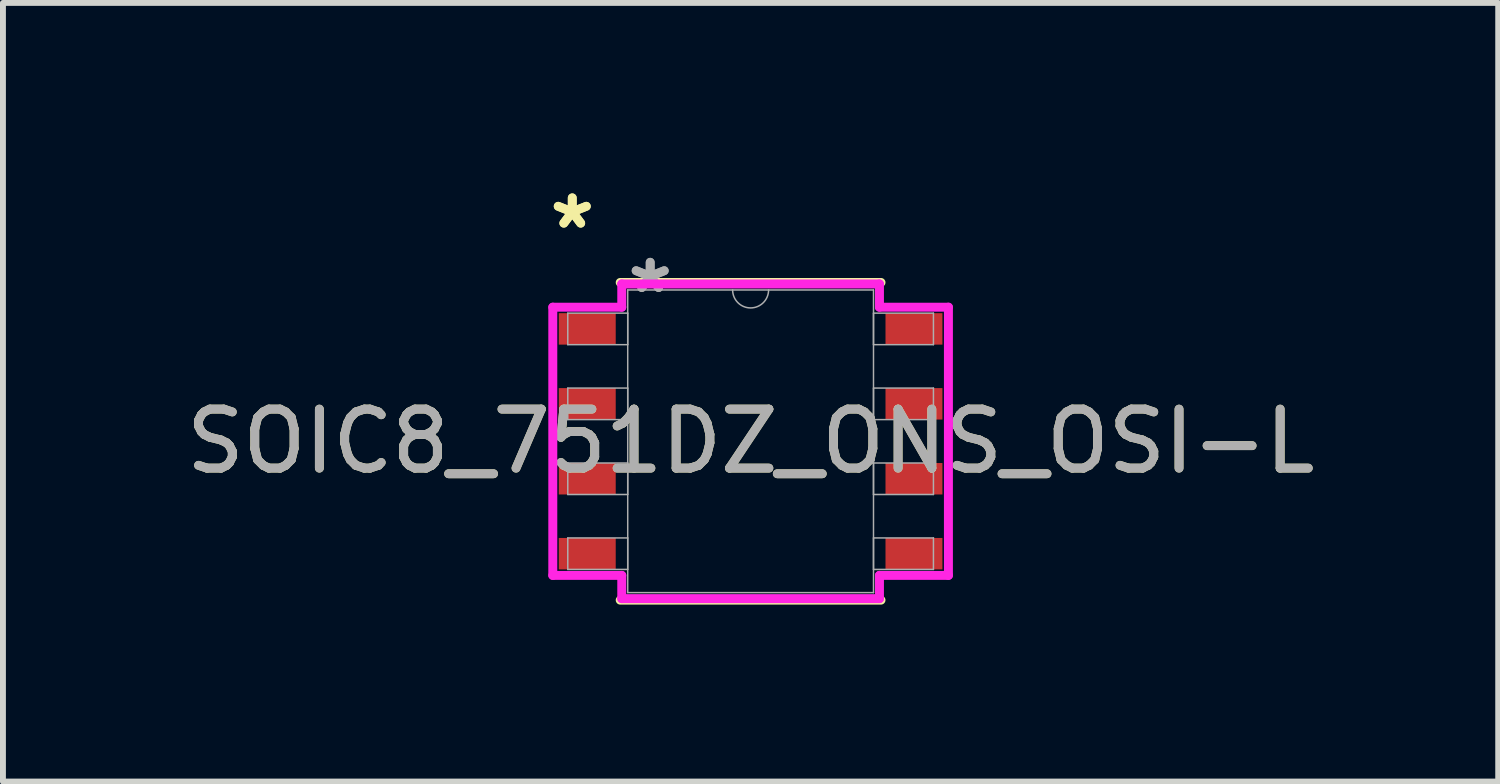
<source format=kicad_pcb>
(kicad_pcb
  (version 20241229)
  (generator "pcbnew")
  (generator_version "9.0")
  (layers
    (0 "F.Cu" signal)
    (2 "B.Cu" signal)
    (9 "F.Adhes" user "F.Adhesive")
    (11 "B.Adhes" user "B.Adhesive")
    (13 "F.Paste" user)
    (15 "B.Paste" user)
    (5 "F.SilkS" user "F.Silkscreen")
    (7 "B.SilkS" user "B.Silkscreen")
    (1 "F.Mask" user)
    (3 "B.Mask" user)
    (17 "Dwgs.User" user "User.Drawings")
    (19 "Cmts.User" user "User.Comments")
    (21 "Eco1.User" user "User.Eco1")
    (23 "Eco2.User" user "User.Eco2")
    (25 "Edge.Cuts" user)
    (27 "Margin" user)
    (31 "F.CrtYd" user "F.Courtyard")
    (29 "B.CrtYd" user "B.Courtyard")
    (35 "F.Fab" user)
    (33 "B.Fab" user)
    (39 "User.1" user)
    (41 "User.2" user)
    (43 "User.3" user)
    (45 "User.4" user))
  (footprint "SOIC8_751DZ_ONS_OSI-L"
    (layer "F.Cu")
    (at 9.673 4.43)
    (property "Reference" "SOIC8_751DZ_ONS_OSI-L" (at 0 0 0) (unlocked yes) (layer "F.SilkS") (effects (font (size 1 1) (thickness 0.15))))
    (attr smd)
    (fp_line (start -2.21 2.692) (end 2.21 2.692) (stroke (width 0.152) (type solid)) (layer "F.SilkS"))
    (fp_line (start 2.21 -2.692) (end -2.21 -2.692) (stroke (width 0.152) (type solid)) (layer "F.SilkS"))
    (fp_line (start -3.353 -2.273) (end -2.184 -2.273) (stroke (width 0.152) (type solid)) (layer "F.CrtYd"))
    (fp_line (start -3.353 2.273) (end -3.353 -2.273) (stroke (width 0.152) (type solid)) (layer "F.CrtYd"))
    (fp_line (start -3.353 2.273) (end -2.184 2.273) (stroke (width 0.152) (type solid)) (layer "F.CrtYd"))
    (fp_line (start -2.184 -2.667) (end 2.184 -2.667) (stroke (width 0.152) (type solid)) (layer "F.CrtYd"))
    (fp_line (start -2.184 -2.273) (end -2.184 -2.667) (stroke (width 0.152) (type solid)) (layer "F.CrtYd"))
    (fp_line (start -2.184 2.667) (end -2.184 2.273) (stroke (width 0.152) (type solid)) (layer "F.CrtYd"))
    (fp_line (start 2.184 -2.667) (end 2.184 -2.273) (stroke (width 0.152) (type solid)) (layer "F.CrtYd"))
    (fp_line (start 2.184 2.273) (end 2.184 2.667) (stroke (width 0.152) (type solid)) (layer "F.CrtYd"))
    (fp_line (start 2.184 2.667) (end -2.184 2.667) (stroke (width 0.152) (type solid)) (layer "F.CrtYd"))
    (fp_line (start 3.353 -2.273) (end 2.184 -2.273) (stroke (width 0.152) (type solid)) (layer "F.CrtYd"))
    (fp_line (start 3.353 -2.273) (end 3.353 2.273) (stroke (width 0.152) (type solid)) (layer "F.CrtYd"))
    (fp_line (start 3.353 2.273) (end 2.184 2.273) (stroke (width 0.152) (type solid)) (layer "F.CrtYd"))
    (fp_line (start -3.099 -2.172) (end -3.099 -1.638) (stroke (width 0.025) (type solid)) (layer "F.Fab"))
    (fp_line (start -3.099 -1.638) (end -2.083 -1.638) (stroke (width 0.025) (type solid)) (layer "F.Fab"))
    (fp_line (start -3.099 -0.902) (end -3.099 -0.368) (stroke (width 0.025) (type solid)) (layer "F.Fab"))
    (fp_line (start -3.099 -0.368) (end -2.083 -0.368) (stroke (width 0.025) (type solid)) (layer "F.Fab"))
    (fp_line (start -3.099 0.368) (end -3.099 0.902) (stroke (width 0.025) (type solid)) (layer "F.Fab"))
    (fp_line (start -3.099 0.902) (end -2.083 0.902) (stroke (width 0.025) (type solid)) (layer "F.Fab"))
    (fp_line (start -3.099 1.638) (end -3.099 2.172) (stroke (width 0.025) (type solid)) (layer "F.Fab"))
    (fp_line (start -3.099 2.172) (end -2.083 2.172) (stroke (width 0.025) (type solid)) (layer "F.Fab"))
    (fp_line (start -2.083 -2.565) (end -2.083 2.565) (stroke (width 0.025) (type solid)) (layer "F.Fab"))
    (fp_line (start -2.083 -2.172) (end -3.099 -2.172) (stroke (width 0.025) (type solid)) (layer "F.Fab"))
    (fp_line (start -2.083 -1.638) (end -2.083 -2.172) (stroke (width 0.025) (type solid)) (layer "F.Fab"))
    (fp_line (start -2.083 -0.902) (end -3.099 -0.902) (stroke (width 0.025) (type solid)) (layer "F.Fab"))
    (fp_line (start -2.083 -0.368) (end -2.083 -0.902) (stroke (width 0.025) (type solid)) (layer "F.Fab"))
    (fp_line (start -2.083 0.368) (end -3.099 0.368) (stroke (width 0.025) (type solid)) (layer "F.Fab"))
    (fp_line (start -2.083 0.902) (end -2.083 0.368) (stroke (width 0.025) (type solid)) (layer "F.Fab"))
    (fp_line (start -2.083 1.638) (end -3.099 1.638) (stroke (width 0.025) (type solid)) (layer "F.Fab"))
    (fp_line (start -2.083 2.172) (end -2.083 1.638) (stroke (width 0.025) (type solid)) (layer "F.Fab"))
    (fp_line (start -2.083 2.565) (end 2.083 2.565) (stroke (width 0.025) (type solid)) (layer "F.Fab"))
    (fp_line (start 2.083 -2.565) (end -2.083 -2.565) (stroke (width 0.025) (type solid)) (layer "F.Fab"))
    (fp_line (start 2.083 -2.172) (end 2.083 -1.638) (stroke (width 0.025) (type solid)) (layer "F.Fab"))
    (fp_line (start 2.083 -1.638) (end 3.099 -1.638) (stroke (width 0.025) (type solid)) (layer "F.Fab"))
    (fp_line (start 2.083 -0.902) (end 2.083 -0.368) (stroke (width 0.025) (type solid)) (layer "F.Fab"))
    (fp_line (start 2.083 -0.368) (end 3.099 -0.368) (stroke (width 0.025) (type solid)) (layer "F.Fab"))
    (fp_line (start 2.083 0.368) (end 2.083 0.902) (stroke (width 0.025) (type solid)) (layer "F.Fab"))
    (fp_line (start 2.083 0.902) (end 3.099 0.902) (stroke (width 0.025) (type solid)) (layer "F.Fab"))
    (fp_line (start 2.083 1.638) (end 2.083 2.172) (stroke (width 0.025) (type solid)) (layer "F.Fab"))
    (fp_line (start 2.083 2.172) (end 3.099 2.172) (stroke (width 0.025) (type solid)) (layer "F.Fab"))
    (fp_line (start 2.083 2.565) (end 2.083 -2.565) (stroke (width 0.025) (type solid)) (layer "F.Fab"))
    (fp_line (start 3.099 -2.172) (end 2.083 -2.172) (stroke (width 0.025) (type solid)) (layer "F.Fab"))
    (fp_line (start 3.099 -1.638) (end 3.099 -2.172) (stroke (width 0.025) (type solid)) (layer "F.Fab"))
    (fp_line (start 3.099 -0.902) (end 2.083 -0.902) (stroke (width 0.025) (type solid)) (layer "F.Fab"))
    (fp_line (start 3.099 -0.368) (end 3.099 -0.902) (stroke (width 0.025) (type solid)) (layer "F.Fab"))
    (fp_line (start 3.099 0.368) (end 2.083 0.368) (stroke (width 0.025) (type solid)) (layer "F.Fab"))
    (fp_line (start 3.099 0.902) (end 3.099 0.368) (stroke (width 0.025) (type solid)) (layer "F.Fab"))
    (fp_line (start 3.099 1.638) (end 2.083 1.638) (stroke (width 0.025) (type solid)) (layer "F.Fab"))
    (fp_line (start 3.099 2.172) (end 3.099 1.638) (stroke (width 0.025) (type solid)) (layer "F.Fab"))
    (fp_arc (start 0.3048 -2.5654) (mid 0 -2.2606) (end -0.3048 -2.5654) (stroke (width 0.0254) (type solid)) (layer "F.Fab"))
    (fp_text user "*" (at -3.023 -3.581 0) (unlocked yes) (layer "F.SilkS") (effects (font (size 1 1) (thickness 0.15))))
    (fp_text user "*" (at -3.023 -3.581 0) (layer "F.SilkS") (effects (font (size 1 1) (thickness 0.15))))
    (fp_text user "${REFERENCE}" (at 0 0 0) (unlocked yes) (layer "F.Fab") (effects (font (size 1 1) (thickness 0.15))))
    (fp_text user "*" (at -1.702 -2.489 0) (layer "F.Fab") (effects (font (size 1 1) (thickness 0.15))))
    (fp_text user "*" (at -1.702 -2.489 0) (unlocked yes) (layer "F.Fab") (effects (font (size 1 1) (thickness 0.15))))
    (pad "1" smd rect (at -2.769 -1.905) (size 0.965 0.533) (layers "F.Cu" "F.Mask" "F.Paste"))
    (pad "2" smd rect (at -2.769 -0.635) (size 0.965 0.533) (layers "F.Cu" "F.Mask" "F.Paste"))
    (pad "3" smd rect (at -2.769 0.635) (size 0.965 0.533) (layers "F.Cu" "F.Mask" "F.Paste"))
    (pad "4" smd rect (at -2.769 1.905) (size 0.965 0.533) (layers "F.Cu" "F.Mask" "F.Paste"))
    (pad "5" smd rect (at 2.769 1.905) (size 0.965 0.533) (layers "F.Cu" "F.Mask" "F.Paste"))
    (pad "6" smd rect (at 2.769 0.635) (size 0.965 0.533) (layers "F.Cu" "F.Mask" "F.Paste"))
    (pad "7" smd rect (at 2.769 -0.635) (size 0.965 0.533) (layers "F.Cu" "F.Mask" "F.Paste"))
    (pad "8" smd rect (at 2.769 -1.905) (size 0.965 0.533) (layers "F.Cu" "F.Mask" "F.Paste")))
  (gr_rect
    (start -3 -3)
    (end 22.345 10.198)
    (stroke (width 0.1) (type default))
    (fill no)
    (layer "Edge.Cuts")))
</source>
